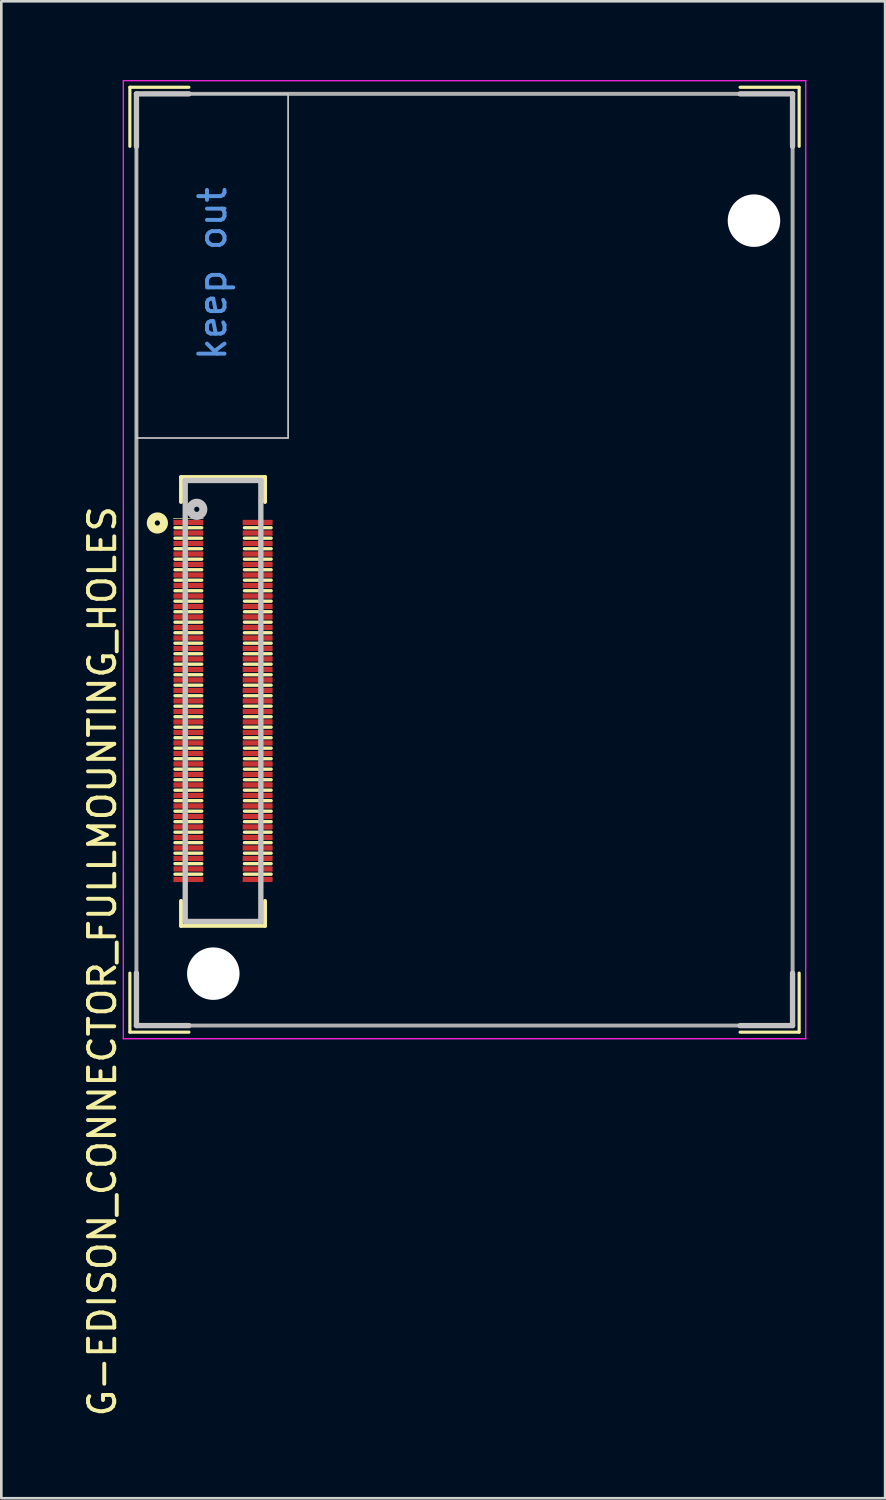
<source format=kicad_pcb>
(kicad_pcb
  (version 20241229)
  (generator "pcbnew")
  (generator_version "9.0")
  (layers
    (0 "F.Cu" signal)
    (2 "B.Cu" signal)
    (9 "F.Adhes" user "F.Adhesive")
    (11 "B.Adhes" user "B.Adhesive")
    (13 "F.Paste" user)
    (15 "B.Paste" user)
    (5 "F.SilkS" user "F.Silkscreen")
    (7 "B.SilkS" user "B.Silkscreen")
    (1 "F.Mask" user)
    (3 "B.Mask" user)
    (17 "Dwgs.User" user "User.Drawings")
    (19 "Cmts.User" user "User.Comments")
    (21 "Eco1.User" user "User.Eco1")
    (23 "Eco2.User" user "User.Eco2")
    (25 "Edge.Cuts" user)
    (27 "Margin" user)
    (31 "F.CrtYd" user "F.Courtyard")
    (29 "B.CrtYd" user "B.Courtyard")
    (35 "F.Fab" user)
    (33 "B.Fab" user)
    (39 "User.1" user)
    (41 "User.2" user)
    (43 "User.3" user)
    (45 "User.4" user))
  (footprint "G-EDISON_CONNECTOR_FULLMOUNTING_HOLES"
    (layer "F.Cu")
    (at 14.648 18.275)
    (property "Reference" "G-EDISON_CONNECTOR_FULLMOUNTING_HOLES" (at -13.8 15.3 90) (layer "F.SilkS") (effects (font (size 1 1) (thickness 0.15))))
    (attr smd)
    (fp_line (start -12.75 -18) (end -12.75 -15.75) (stroke (width 0.12) (type solid)) (layer "F.SilkS"))
    (fp_line (start -12.75 15.75) (end -12.75 18) (stroke (width 0.12) (type solid)) (layer "F.SilkS"))
    (fp_line (start -12.75 18) (end -10.5 18) (stroke (width 0.12) (type solid)) (layer "F.SilkS"))
    (fp_line (start -11.093 -1.567) (end -9.95 -1.567) (stroke (width 0.025) (type solid)) (layer "F.SilkS"))
    (fp_line (start -11.032 -1.219) (end -10.011 -1.219) (stroke (width 0.127) (type solid)) (layer "F.SilkS"))
    (fp_line (start -11.032 -0.82) (end -10.011 -0.82) (stroke (width 0.127) (type solid)) (layer "F.SilkS"))
    (fp_line (start -11.032 -0.419) (end -10.011 -0.419) (stroke (width 0.127) (type solid)) (layer "F.SilkS"))
    (fp_line (start -11.032 -0.02) (end -10.011 -0.02) (stroke (width 0.127) (type solid)) (layer "F.SilkS"))
    (fp_line (start -11.032 0.381) (end -10.011 0.381) (stroke (width 0.127) (type solid)) (layer "F.SilkS"))
    (fp_line (start -11.032 0.78) (end -10.011 0.78) (stroke (width 0.127) (type solid)) (layer "F.SilkS"))
    (fp_line (start -11.032 1.182) (end -10.011 1.182) (stroke (width 0.127) (type solid)) (layer "F.SilkS"))
    (fp_line (start -11.032 1.58) (end -10.011 1.58) (stroke (width 0.127) (type solid)) (layer "F.SilkS"))
    (fp_line (start -11.032 1.982) (end -10.011 1.982) (stroke (width 0.127) (type solid)) (layer "F.SilkS"))
    (fp_line (start -11.032 2.38) (end -10.011 2.38) (stroke (width 0.127) (type solid)) (layer "F.SilkS"))
    (fp_line (start -11.032 2.782) (end -10.011 2.782) (stroke (width 0.127) (type solid)) (layer "F.SilkS"))
    (fp_line (start -11.032 3.181) (end -10.011 3.181) (stroke (width 0.127) (type solid)) (layer "F.SilkS"))
    (fp_line (start -11.032 3.582) (end -10.011 3.582) (stroke (width 0.127) (type solid)) (layer "F.SilkS"))
    (fp_line (start -11.032 3.981) (end -10.011 3.981) (stroke (width 0.127) (type solid)) (layer "F.SilkS"))
    (fp_line (start -11.032 4.382) (end -10.011 4.382) (stroke (width 0.127) (type solid)) (layer "F.SilkS"))
    (fp_line (start -11.032 4.781) (end -10.011 4.781) (stroke (width 0.127) (type solid)) (layer "F.SilkS"))
    (fp_line (start -11.032 5.182) (end -10.011 5.182) (stroke (width 0.127) (type solid)) (layer "F.SilkS"))
    (fp_line (start -11.032 5.581) (end -10.011 5.581) (stroke (width 0.127) (type solid)) (layer "F.SilkS"))
    (fp_line (start -11.032 5.982) (end -10.011 5.982) (stroke (width 0.127) (type solid)) (layer "F.SilkS"))
    (fp_line (start -11.032 6.381) (end -10.011 6.381) (stroke (width 0.127) (type solid)) (layer "F.SilkS"))
    (fp_line (start -11.032 6.782) (end -10.011 6.782) (stroke (width 0.127) (type solid)) (layer "F.SilkS"))
    (fp_line (start -11.032 7.181) (end -10.011 7.181) (stroke (width 0.127) (type solid)) (layer "F.SilkS"))
    (fp_line (start -11.032 7.582) (end -10.011 7.582) (stroke (width 0.127) (type solid)) (layer "F.SilkS"))
    (fp_line (start -11.032 7.981) (end -10.011 7.981) (stroke (width 0.127) (type solid)) (layer "F.SilkS"))
    (fp_line (start -11.032 8.382) (end -10.011 8.382) (stroke (width 0.127) (type solid)) (layer "F.SilkS"))
    (fp_line (start -11.032 8.781) (end -10.011 8.781) (stroke (width 0.127) (type solid)) (layer "F.SilkS"))
    (fp_line (start -11.032 9.18) (end -10.011 9.18) (stroke (width 0.127) (type solid)) (layer "F.SilkS"))
    (fp_line (start -11.032 9.581) (end -10.011 9.581) (stroke (width 0.127) (type solid)) (layer "F.SilkS"))
    (fp_line (start -11.032 9.98) (end -10.011 9.98) (stroke (width 0.127) (type solid)) (layer "F.SilkS"))
    (fp_line (start -11.032 10.381) (end -10.011 10.381) (stroke (width 0.127) (type solid)) (layer "F.SilkS"))
    (fp_line (start -11.032 10.78) (end -10.011 10.78) (stroke (width 0.127) (type solid)) (layer "F.SilkS"))
    (fp_line (start -11.032 11.182) (end -10.011 11.182) (stroke (width 0.127) (type solid)) (layer "F.SilkS"))
    (fp_line (start -11.032 11.58) (end -10.011 11.58) (stroke (width 0.127) (type solid)) (layer "F.SilkS"))
    (fp_line (start -11.032 11.982) (end -10.011 11.982) (stroke (width 0.127) (type solid)) (layer "F.SilkS"))
    (fp_line (start -10.801 -3.149) (end -7.6 -3.149) (stroke (width 0.15) (type solid)) (layer "F.SilkS"))
    (fp_line (start -10.801 -2.199) (end -10.801 -3.149) (stroke (width 0.15) (type solid)) (layer "F.SilkS"))
    (fp_line (start -10.801 13) (end -10.801 13.95) (stroke (width 0.15) (type solid)) (layer "F.SilkS"))
    (fp_line (start -10.801 13.95) (end -7.6 13.95) (stroke (width 0.15) (type solid)) (layer "F.SilkS"))
    (fp_line (start -10.5 -18) (end -12.75 -18) (stroke (width 0.12) (type solid)) (layer "F.SilkS"))
    (fp_line (start -8.385 -1.219) (end -7.367 -1.219) (stroke (width 0.127) (type solid)) (layer "F.SilkS"))
    (fp_line (start -8.385 -0.82) (end -7.367 -0.82) (stroke (width 0.127) (type solid)) (layer "F.SilkS"))
    (fp_line (start -8.385 -0.419) (end -7.367 -0.419) (stroke (width 0.127) (type solid)) (layer "F.SilkS"))
    (fp_line (start -8.385 -0.02) (end -7.367 -0.02) (stroke (width 0.127) (type solid)) (layer "F.SilkS"))
    (fp_line (start -8.385 0.381) (end -7.367 0.381) (stroke (width 0.127) (type solid)) (layer "F.SilkS"))
    (fp_line (start -8.385 0.78) (end -7.367 0.78) (stroke (width 0.127) (type solid)) (layer "F.SilkS"))
    (fp_line (start -8.385 1.182) (end -7.367 1.182) (stroke (width 0.127) (type solid)) (layer "F.SilkS"))
    (fp_line (start -8.385 1.58) (end -7.367 1.58) (stroke (width 0.127) (type solid)) (layer "F.SilkS"))
    (fp_line (start -8.385 1.982) (end -7.367 1.982) (stroke (width 0.127) (type solid)) (layer "F.SilkS"))
    (fp_line (start -8.385 2.38) (end -7.367 2.38) (stroke (width 0.127) (type solid)) (layer "F.SilkS"))
    (fp_line (start -8.385 2.782) (end -7.367 2.782) (stroke (width 0.127) (type solid)) (layer "F.SilkS"))
    (fp_line (start -8.385 3.181) (end -7.367 3.181) (stroke (width 0.127) (type solid)) (layer "F.SilkS"))
    (fp_line (start -8.385 3.582) (end -7.367 3.582) (stroke (width 0.127) (type solid)) (layer "F.SilkS"))
    (fp_line (start -8.385 3.981) (end -7.367 3.981) (stroke (width 0.127) (type solid)) (layer "F.SilkS"))
    (fp_line (start -8.385 4.382) (end -7.367 4.382) (stroke (width 0.127) (type solid)) (layer "F.SilkS"))
    (fp_line (start -8.385 4.781) (end -7.367 4.781) (stroke (width 0.127) (type solid)) (layer "F.SilkS"))
    (fp_line (start -8.385 5.182) (end -7.367 5.182) (stroke (width 0.127) (type solid)) (layer "F.SilkS"))
    (fp_line (start -8.385 5.581) (end -7.367 5.581) (stroke (width 0.127) (type solid)) (layer "F.SilkS"))
    (fp_line (start -8.385 5.982) (end -7.367 5.982) (stroke (width 0.127) (type solid)) (layer "F.SilkS"))
    (fp_line (start -8.385 6.381) (end -7.367 6.381) (stroke (width 0.127) (type solid)) (layer "F.SilkS"))
    (fp_line (start -8.385 6.782) (end -7.367 6.782) (stroke (width 0.127) (type solid)) (layer "F.SilkS"))
    (fp_line (start -8.385 7.181) (end -7.367 7.181) (stroke (width 0.127) (type solid)) (layer "F.SilkS"))
    (fp_line (start -8.385 7.582) (end -7.367 7.582) (stroke (width 0.127) (type solid)) (layer "F.SilkS"))
    (fp_line (start -8.385 7.981) (end -7.367 7.981) (stroke (width 0.127) (type solid)) (layer "F.SilkS"))
    (fp_line (start -8.385 8.382) (end -7.367 8.382) (stroke (width 0.127) (type solid)) (layer "F.SilkS"))
    (fp_line (start -8.385 8.781) (end -7.367 8.781) (stroke (width 0.127) (type solid)) (layer "F.SilkS"))
    (fp_line (start -8.385 9.18) (end -7.367 9.18) (stroke (width 0.127) (type solid)) (layer "F.SilkS"))
    (fp_line (start -8.385 9.581) (end -7.367 9.581) (stroke (width 0.127) (type solid)) (layer "F.SilkS"))
    (fp_line (start -8.385 9.98) (end -7.367 9.98) (stroke (width 0.127) (type solid)) (layer "F.SilkS"))
    (fp_line (start -8.385 10.381) (end -7.367 10.381) (stroke (width 0.127) (type solid)) (layer "F.SilkS"))
    (fp_line (start -8.385 10.78) (end -7.367 10.78) (stroke (width 0.127) (type solid)) (layer "F.SilkS"))
    (fp_line (start -8.385 11.182) (end -7.367 11.182) (stroke (width 0.127) (type solid)) (layer "F.SilkS"))
    (fp_line (start -8.385 11.58) (end -7.367 11.58) (stroke (width 0.127) (type solid)) (layer "F.SilkS"))
    (fp_line (start -8.385 11.982) (end -7.367 11.982) (stroke (width 0.127) (type solid)) (layer "F.SilkS"))
    (fp_line (start -7.6 -3.149) (end -7.6 -2.199) (stroke (width 0.15) (type solid)) (layer "F.SilkS"))
    (fp_line (start -7.6 13.95) (end -7.6 13) (stroke (width 0.15) (type solid)) (layer "F.SilkS"))
    (fp_line (start 10.5 -18) (end 12.75 -18) (stroke (width 0.12) (type solid)) (layer "F.SilkS"))
    (fp_line (start 10.5 18) (end 12.75 18) (stroke (width 0.12) (type solid)) (layer "F.SilkS"))
    (fp_line (start 12.75 -18) (end 12.75 -15.75) (stroke (width 0.12) (type solid)) (layer "F.SilkS"))
    (fp_line (start 12.75 18) (end 12.75 15.75) (stroke (width 0.12) (type solid)) (layer "F.SilkS"))
    (fp_circle (center -11.702 -1.399) (end -11.702 -1.498) (stroke (width 0.305) (type solid)) (fill no) (layer "F.SilkS"))
    (fp_line (start -12.5 -17.749) (end -10.501 -17.749) (stroke (width 0.203) (type solid)) (layer "Dwgs.User"))
    (fp_line (start -12.5 -17.749) (end -6.721 -17.749) (stroke (width 0.066) (type solid)) (layer "Dwgs.User"))
    (fp_line (start -12.5 -15.748) (end -12.5 -17.749) (stroke (width 0.203) (type solid)) (layer "Dwgs.User"))
    (fp_line (start -12.5 -4.638) (end -12.5 -17.749) (stroke (width 0.066) (type solid)) (layer "Dwgs.User"))
    (fp_line (start -12.5 -4.638) (end -6.721 -4.638) (stroke (width 0.066) (type solid)) (layer "Dwgs.User"))
    (fp_line (start -12.5 17.75) (end -12.5 15.751) (stroke (width 0.203) (type solid)) (layer "Dwgs.User"))
    (fp_line (start -10.641 -3.02) (end -7.76 -3.02) (stroke (width 0.203) (type solid)) (layer "Dwgs.User"))
    (fp_line (start -10.641 13.783) (end -10.641 -3.02) (stroke (width 0.203) (type solid)) (layer "Dwgs.User"))
    (fp_line (start -10.501 17.75) (end -12.5 17.75) (stroke (width 0.203) (type solid)) (layer "Dwgs.User"))
    (fp_line (start -7.76 -3.02) (end -7.76 13.783) (stroke (width 0.203) (type solid)) (layer "Dwgs.User"))
    (fp_line (start -7.76 13.783) (end -10.641 13.783) (stroke (width 0.203) (type solid)) (layer "Dwgs.User"))
    (fp_line (start -6.721 -4.638) (end -6.721 -17.749) (stroke (width 0.066) (type solid)) (layer "Dwgs.User"))
    (fp_line (start 10.5 -17.749) (end 12.499 -17.749) (stroke (width 0.203) (type solid)) (layer "Dwgs.User"))
    (fp_line (start 12.499 -17.749) (end 12.499 -15.748) (stroke (width 0.203) (type solid)) (layer "Dwgs.User"))
    (fp_line (start 12.499 15.751) (end 12.499 17.75) (stroke (width 0.203) (type solid)) (layer "Dwgs.User"))
    (fp_line (start 12.499 17.75) (end 10.5 17.75) (stroke (width 0.203) (type solid)) (layer "Dwgs.User"))
    (fp_circle (center -10.201 -1.92) (end -10.201 -2.019) (stroke (width 0.305) (type solid)) (fill no) (layer "Dwgs.User"))
    (fp_line (start -13 -18.25) (end 13 -18.25) (stroke (width 0.05) (type solid)) (layer "F.CrtYd"))
    (fp_line (start -13 18.25) (end -13 -18.25) (stroke (width 0.05) (type solid)) (layer "F.CrtYd"))
    (fp_line (start 13 -18.25) (end 13 18.25) (stroke (width 0.05) (type solid)) (layer "F.CrtYd"))
    (fp_line (start 13 18.25) (end -13 18.25) (stroke (width 0.05) (type solid)) (layer "F.CrtYd"))
    (fp_line (start -12.5 -17.75) (end -12.5 17.75) (stroke (width 0.15) (type solid)) (layer "F.Fab"))
    (fp_line (start -12.5 17.75) (end 12.5 17.75) (stroke (width 0.15) (type solid)) (layer "F.Fab"))
    (fp_line (start 12.5 -17.75) (end -12.5 -17.75) (stroke (width 0.15) (type solid)) (layer "F.Fab"))
    (fp_line (start 12.5 17.75) (end 12.5 -17.75) (stroke (width 0.15) (type solid)) (layer "F.Fab"))
    (fp_text user "keep out" (at -9.6 -10.9 90) (layer "Cmts.User") (effects (font (size 1 1) (thickness 0.15))))
    (pad "" np_thru_hole circle (at -9.571 15.771) (size 2 2) (drill 2) (layers "*.Cu" "*.Mask"))
    (pad "" np_thru_hole circle (at 11.028 -12.918) (size 2 2) (drill 2) (layers "*.Cu" "*.Mask"))
    (pad "1" smd rect (at -10.521 -1.419 90) (size 0.198 1.138) (layers "F.Cu" "F.Mask" "F.Paste"))
    (pad "2" smd rect (at -7.882 -1.419 90) (size 0.198 1.138) (layers "F.Cu" "F.Mask" "F.Paste"))
    (pad "3" smd rect (at -10.521 -1.018 90) (size 0.198 1.138) (layers "F.Cu" "F.Mask" "F.Paste"))
    (pad "4" smd rect (at -7.882 -1.018 90) (size 0.198 1.138) (layers "F.Cu" "F.Mask" "F.Paste"))
    (pad "5" smd rect (at -10.521 -0.619 90) (size 0.198 1.138) (layers "F.Cu" "F.Mask" "F.Paste"))
    (pad "6" smd rect (at -7.882 -0.619 90) (size 0.198 1.138) (layers "F.Cu" "F.Mask" "F.Paste"))
    (pad "7" smd rect (at -10.521 -0.218 90) (size 0.198 1.138) (layers "F.Cu" "F.Mask" "F.Paste"))
    (pad "8" smd rect (at -7.882 -0.218 90) (size 0.198 1.138) (layers "F.Cu" "F.Mask" "F.Paste"))
    (pad "9" smd rect (at -10.521 0.181 90) (size 0.198 1.138) (layers "F.Cu" "F.Mask" "F.Paste"))
    (pad "10" smd rect (at -7.882 0.181 90) (size 0.198 1.138) (layers "F.Cu" "F.Mask" "F.Paste"))
    (pad "11" smd rect (at -10.521 0.582 90) (size 0.198 1.138) (layers "F.Cu" "F.Mask" "F.Paste"))
    (pad "12" smd rect (at -7.882 0.582 90) (size 0.198 1.138) (layers "F.Cu" "F.Mask" "F.Paste"))
    (pad "13" smd rect (at -10.521 0.981 90) (size 0.198 1.138) (layers "F.Cu" "F.Mask" "F.Paste"))
    (pad "14" smd rect (at -7.882 0.981 90) (size 0.198 1.138) (layers "F.Cu" "F.Mask" "F.Paste"))
    (pad "15" smd rect (at -10.521 1.382 90) (size 0.198 1.138) (layers "F.Cu" "F.Mask" "F.Paste"))
    (pad "16" smd rect (at -7.882 1.382 90) (size 0.198 1.138) (layers "F.Cu" "F.Mask" "F.Paste"))
    (pad "17" smd rect (at -10.521 1.781 90) (size 0.198 1.138) (layers "F.Cu" "F.Mask" "F.Paste"))
    (pad "18" smd rect (at -7.882 1.781 90) (size 0.198 1.138) (layers "F.Cu" "F.Mask" "F.Paste"))
    (pad "19" smd rect (at -10.521 2.182 90) (size 0.198 1.138) (layers "F.Cu" "F.Mask" "F.Paste"))
    (pad "20" smd rect (at -7.882 2.182 90) (size 0.198 1.138) (layers "F.Cu" "F.Mask" "F.Paste"))
    (pad "21" smd rect (at -10.521 2.581 90) (size 0.198 1.138) (layers "F.Cu" "F.Mask" "F.Paste"))
    (pad "22" smd rect (at -7.882 2.581 90) (size 0.198 1.138) (layers "F.Cu" "F.Mask" "F.Paste"))
    (pad "23" smd rect (at -10.521 2.982 90) (size 0.198 1.138) (layers "F.Cu" "F.Mask" "F.Paste"))
    (pad "24" smd rect (at -7.882 2.982 90) (size 0.198 1.138) (layers "F.Cu" "F.Mask" "F.Paste"))
    (pad "25" smd rect (at -10.521 3.381 90) (size 0.198 1.138) (layers "F.Cu" "F.Mask" "F.Paste"))
    (pad "26" smd rect (at -7.882 3.381 90) (size 0.198 1.138) (layers "F.Cu" "F.Mask" "F.Paste"))
    (pad "27" smd rect (at -10.521 3.78 90) (size 0.198 1.138) (layers "F.Cu" "F.Mask" "F.Paste"))
    (pad "28" smd rect (at -7.882 3.78 90) (size 0.198 1.138) (layers "F.Cu" "F.Mask" "F.Paste"))
    (pad "29" smd rect (at -10.521 4.181 90) (size 0.198 1.138) (layers "F.Cu" "F.Mask" "F.Paste"))
    (pad "30" smd rect (at -7.882 4.181 90) (size 0.198 1.138) (layers "F.Cu" "F.Mask" "F.Paste"))
    (pad "31" smd rect (at -10.521 4.58 90) (size 0.198 1.138) (layers "F.Cu" "F.Mask" "F.Paste"))
    (pad "32" smd rect (at -7.882 4.58 90) (size 0.198 1.138) (layers "F.Cu" "F.Mask" "F.Paste"))
    (pad "33" smd rect (at -10.521 4.981 90) (size 0.198 1.138) (layers "F.Cu" "F.Mask" "F.Paste"))
    (pad "34" smd rect (at -7.882 4.981 90) (size 0.198 1.138) (layers "F.Cu" "F.Mask" "F.Paste"))
    (pad "35" smd rect (at -10.521 5.38 90) (size 0.198 1.138) (layers "F.Cu" "F.Mask" "F.Paste"))
    (pad "36" smd rect (at -7.882 5.38 90) (size 0.198 1.138) (layers "F.Cu" "F.Mask" "F.Paste"))
    (pad "37" smd rect (at -10.521 5.782 90) (size 0.198 1.138) (layers "F.Cu" "F.Mask" "F.Paste"))
    (pad "38" smd rect (at -7.882 5.782 90) (size 0.198 1.138) (layers "F.Cu" "F.Mask" "F.Paste"))
    (pad "39" smd rect (at -10.521 6.18 90) (size 0.198 1.138) (layers "F.Cu" "F.Mask" "F.Paste"))
    (pad "40" smd rect (at -7.882 6.18 90) (size 0.198 1.138) (layers "F.Cu" "F.Mask" "F.Paste"))
    (pad "41" smd rect (at -10.521 6.582 90) (size 0.198 1.138) (layers "F.Cu" "F.Mask" "F.Paste"))
    (pad "42" smd rect (at -7.882 6.582 90) (size 0.198 1.138) (layers "F.Cu" "F.Mask" "F.Paste"))
    (pad "43" smd rect (at -10.521 6.98 90) (size 0.198 1.138) (layers "F.Cu" "F.Mask" "F.Paste"))
    (pad "44" smd rect (at -7.882 6.98 90) (size 0.198 1.138) (layers "F.Cu" "F.Mask" "F.Paste"))
    (pad "45" smd rect (at -10.521 7.382 90) (size 0.198 1.138) (layers "F.Cu" "F.Mask" "F.Paste"))
    (pad "46" smd rect (at -7.882 7.382 90) (size 0.198 1.138) (layers "F.Cu" "F.Mask" "F.Paste"))
    (pad "47" smd rect (at -10.521 7.78 90) (size 0.198 1.138) (layers "F.Cu" "F.Mask" "F.Paste"))
    (pad "48" smd rect (at -7.882 7.78 90) (size 0.198 1.138) (layers "F.Cu" "F.Mask" "F.Paste"))
    (pad "49" smd rect (at -10.521 8.182 90) (size 0.198 1.138) (layers "F.Cu" "F.Mask" "F.Paste"))
    (pad "50" smd rect (at -7.882 8.182 90) (size 0.198 1.138) (layers "F.Cu" "F.Mask" "F.Paste"))
    (pad "51" smd rect (at -10.521 8.581 90) (size 0.198 1.138) (layers "F.Cu" "F.Mask" "F.Paste"))
    (pad "52" smd rect (at -7.882 8.581 90) (size 0.198 1.138) (layers "F.Cu" "F.Mask" "F.Paste"))
    (pad "53" smd rect (at -10.521 8.982 90) (size 0.198 1.138) (layers "F.Cu" "F.Mask" "F.Paste"))
    (pad "54" smd rect (at -7.882 8.982 90) (size 0.198 1.138) (layers "F.Cu" "F.Mask" "F.Paste"))
    (pad "55" smd rect (at -10.521 9.381 90) (size 0.198 1.138) (layers "F.Cu" "F.Mask" "F.Paste"))
    (pad "56" smd rect (at -7.882 9.381 90) (size 0.198 1.138) (layers "F.Cu" "F.Mask" "F.Paste"))
    (pad "57" smd rect (at -10.521 9.782 90) (size 0.198 1.138) (layers "F.Cu" "F.Mask" "F.Paste"))
    (pad "58" smd rect (at -7.882 9.782 90) (size 0.198 1.138) (layers "F.Cu" "F.Mask" "F.Paste"))
    (pad "59" smd rect (at -10.521 10.181 90) (size 0.198 1.138) (layers "F.Cu" "F.Mask" "F.Paste"))
    (pad "60" smd rect (at -7.882 10.181 90) (size 0.198 1.138) (layers "F.Cu" "F.Mask" "F.Paste"))
    (pad "61" smd rect (at -10.521 10.582 90) (size 0.198 1.138) (layers "F.Cu" "F.Mask" "F.Paste"))
    (pad "62" smd rect (at -7.882 10.582 90) (size 0.198 1.138) (layers "F.Cu" "F.Mask" "F.Paste"))
    (pad "63" smd rect (at -10.521 10.981 90) (size 0.198 1.138) (layers "F.Cu" "F.Mask" "F.Paste"))
    (pad "64" smd rect (at -7.882 10.981 90) (size 0.198 1.138) (layers "F.Cu" "F.Mask" "F.Paste"))
    (pad "65" smd rect (at -10.521 11.382 90) (size 0.198 1.138) (layers "F.Cu" "F.Mask" "F.Paste"))
    (pad "66" smd rect (at -7.882 11.382 90) (size 0.198 1.138) (layers "F.Cu" "F.Mask" "F.Paste"))
    (pad "67" smd rect (at -10.521 11.781 90) (size 0.198 1.138) (layers "F.Cu" "F.Mask" "F.Paste"))
    (pad "68" smd rect (at -7.882 11.781 90) (size 0.198 1.138) (layers "F.Cu" "F.Mask" "F.Paste"))
    (pad "69" smd rect (at -10.521 12.182 90) (size 0.198 1.138) (layers "F.Cu" "F.Mask" "F.Paste"))
    (pad "70" smd rect (at -7.882 12.182 90) (size 0.198 1.138) (layers "F.Cu" "F.Mask" "F.Paste")))
  (gr_rect
    (start -3 -3)
    (end 30.673 54.033)
    (stroke (width 0.1) (type default))
    (fill no)
    (layer "Edge.Cuts")))
</source>
